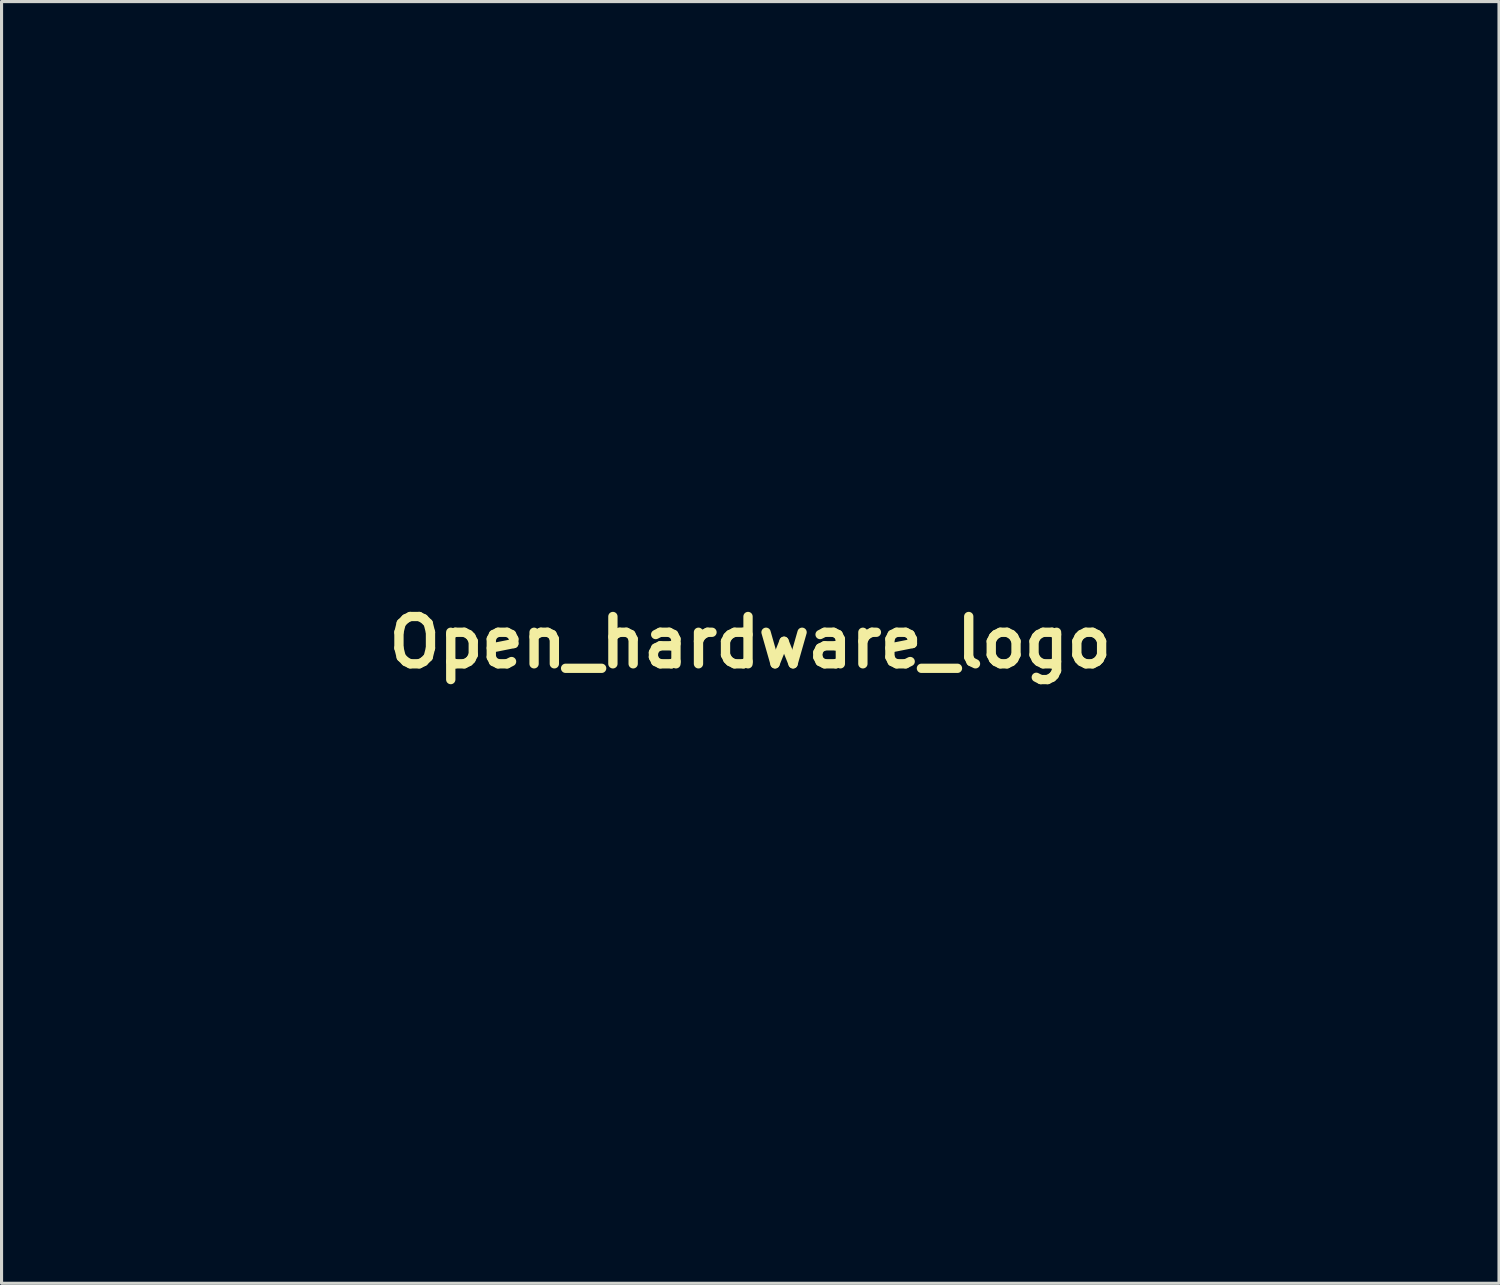
<source format=kicad_pcb>
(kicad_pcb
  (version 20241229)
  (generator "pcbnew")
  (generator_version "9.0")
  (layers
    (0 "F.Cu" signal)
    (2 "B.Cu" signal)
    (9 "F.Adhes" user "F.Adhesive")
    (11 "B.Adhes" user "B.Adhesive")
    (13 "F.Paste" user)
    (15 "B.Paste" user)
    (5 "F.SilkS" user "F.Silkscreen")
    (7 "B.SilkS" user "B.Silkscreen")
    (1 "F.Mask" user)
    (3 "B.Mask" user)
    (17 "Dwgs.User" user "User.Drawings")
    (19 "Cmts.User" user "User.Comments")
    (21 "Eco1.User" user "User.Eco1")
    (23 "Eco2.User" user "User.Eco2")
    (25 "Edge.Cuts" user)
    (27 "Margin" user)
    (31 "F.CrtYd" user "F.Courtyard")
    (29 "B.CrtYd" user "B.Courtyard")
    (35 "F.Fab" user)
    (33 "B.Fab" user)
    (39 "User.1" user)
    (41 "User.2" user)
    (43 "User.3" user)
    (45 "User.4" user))
  (footprint "Open_hardware_logo"
    (layer "F.Cu")
    (at 21.127 17.651)
    (property "Reference" "Open_hardware_logo" (at 0 0 0) (layer "F.SilkS") (effects (font (size 1.524 1.524) (thickness 0.3))))
    (attr through_hole)
    (fp_poly (pts (xy 21.122 17.646) (xy -21.122 17.646) (xy -21.122 1.708) (xy -20.855 1.708) (xy -20.855 4.187) (xy -18.777 4.633) (xy -17.72 4.848) (xy -16.814 5.01) (xy -16.229 5.088) (xy -16.17 5.091) (xy -15.72 5.315) (xy -15.194 5.853) (xy -14.729 6.527) (xy -14.46 7.161) (xy -14.438 7.341) (xy -14.321 7.818) (xy -14.058 8.425) (xy -13.827 9.12) (xy -13.872 9.662) (xy -14.178 9.892) (xy -14.199 9.893) (xy -14.417 10.107) (xy -14.438 10.256) (xy -14.635 10.661) (xy -15.106 11.122) (xy -15.577 11.559) (xy -15.775 11.909) (xy -15.775 11.911) (xy -15.942 12.294) (xy -16.341 12.806) (xy -16.907 13.414) (xy -16.033 14.126) (xy -15.332 14.717) (xy -14.475 15.467) (xy -13.941 15.946) (xy -13.137 16.579) (xy -12.506 16.884) (xy -12.119 16.838) (xy -12.032 16.579) (xy -11.815 16.33) (xy -11.564 16.21) (xy -11.024 15.954) (xy -10.346 15.549) (xy -10.294 15.514) (xy -9.293 14.901) (xy -8.547 14.607) (xy -7.909 14.598) (xy -7.254 14.832) (xy -6.656 15.091) (xy -6.311 15.192) (xy -6.286 15.185) (xy -5.924 14.665) (xy -5.501 13.949) (xy -5.114 13.218) (xy -4.86 12.65) (xy -4.813 12.463) (xy -4.7 12.009) (xy -4.415 11.295) (xy -4.24 10.921) (xy -3.827 10.069) (xy -3.468 9.305) (xy -3.371 9.091) (xy -3.022 8.448) (xy -2.741 8.069) (xy -2.421 7.434) (xy -2.619 6.795) (xy -3.321 6.197) (xy -3.326 6.194) (xy -4.058 5.619) (xy -4.77 4.838) (xy -4.955 4.581) (xy -5.724 3.052) (xy -5.963 1.584) (xy -5.671 0.166) (xy -4.846 -1.216) (xy -4.453 -1.669) (xy -3.152 -2.817) (xy -1.796 -3.489) (xy -0.266 -3.739) (xy 0 -3.743) (xy 1.568 -3.555) (xy 2.944 -2.954) (xy 4.246 -1.885) (xy 4.453 -1.669) (xy 5.455 -0.298) (xy 5.925 1.107) (xy 5.863 2.557) (xy 5.27 4.064) (xy 4.955 4.581) (xy 4.309 5.37) (xy 3.554 6.043) (xy 3.326 6.194) (xy 2.622 6.792) (xy 2.421 7.431) (xy 2.737 8.066) (xy 2.741 8.069) (xy 3.105 8.583) (xy 3.371 9.091) (xy 3.673 9.744) (xy 4.08 10.595) (xy 4.24 10.921) (xy 4.58 11.684) (xy 4.785 12.29) (xy 4.813 12.463) (xy 4.941 12.848) (xy 5.26 13.504) (xy 5.673 14.25) (xy 6.083 14.908) (xy 6.286 15.185) (xy 6.542 15.133) (xy 7.096 14.906) (xy 7.254 14.832) (xy 7.922 14.595) (xy 8.554 14.608) (xy 9.298 14.903) (xy 10.294 15.508) (xy 10.95 15.92) (xy 11.468 16.211) (xy 11.497 16.225) (xy 12.04 16.579) (xy 12.261 16.772) (xy 12.523 16.915) (xy 12.874 16.808) (xy 13.423 16.398) (xy 13.893 15.985) (xy 14.735 15.237) (xy 15.569 14.517) (xy 16.035 14.126) (xy 16.907 13.414) (xy 16.341 12.806) (xy 15.94 12.29) (xy 15.775 11.911) (xy 15.58 11.563) (xy 15.111 11.125) (xy 15.106 11.122) (xy 14.634 10.66) (xy 14.438 10.256) (xy 14.297 9.925) (xy 14.199 9.893) (xy 13.881 9.681) (xy 13.823 9.151) (xy 14.04 8.459) (xy 14.058 8.425) (xy 14.331 7.791) (xy 14.438 7.341) (xy 14.605 6.763) (xy 15.017 6.082) (xy 15.537 5.477) (xy 16.029 5.123) (xy 16.17 5.091) (xy 16.676 5.031) (xy 17.535 4.883) (xy 18.576 4.676) (xy 18.777 4.633) (xy 20.855 4.187) (xy 20.855 1.708) (xy 20.834 0.612) (xy 20.777 -0.265) (xy 20.696 -0.799) (xy 20.647 -0.899) (xy 20.302 -0.992) (xy 19.564 -1.127) (xy 18.569 -1.281) (xy 18.174 -1.337) (xy 17.079 -1.525) (xy 16.155 -1.754) (xy 15.557 -1.983) (xy 15.461 -2.049) (xy 15.119 -2.494) (xy 14.679 -3.238) (xy 14.23 -4.108) (xy 13.859 -4.931) (xy 13.653 -5.533) (xy 13.636 -5.662) (xy 13.793 -6.009) (xy 14.206 -6.63) (xy 14.772 -7.373) (xy 15.645 -8.453) (xy 16.228 -9.195) (xy 16.551 -9.691) (xy 16.646 -10.03) (xy 16.544 -10.302) (xy 16.276 -10.597) (xy 15.99 -10.883) (xy 15.433 -11.41) (xy 15.015 -11.725) (xy 14.912 -11.764) (xy 14.617 -11.949) (xy 14.127 -12.416) (xy 13.867 -12.7) (xy 13.338 -13.256) (xy 12.939 -13.591) (xy 12.836 -13.636) (xy 12.519 -13.495) (xy 11.912 -13.13) (xy 11.315 -12.734) (xy 10.374 -12.122) (xy 9.411 -11.551) (xy 8.946 -11.302) (xy 8.403 -11.051) (xy 7.94 -10.932) (xy 7.424 -10.959) (xy 6.722 -11.146) (xy 5.703 -11.508) (xy 5.214 -11.69) (xy 4.446 -11.998) (xy 4.029 -12.3) (xy 3.826 -12.771) (xy 3.701 -13.587) (xy 3.693 -13.648) (xy 3.515 -14.721) (xy 3.275 -15.774) (xy 3.157 -16.176) (xy 2.805 -17.245) (xy -2.805 -17.245) (xy -3.157 -16.176) (xy -3.401 -15.257) (xy -3.619 -14.151) (xy -3.693 -13.648) (xy -3.818 -12.807) (xy -4.013 -12.321) (xy -4.414 -12.014) (xy -5.158 -11.711) (xy -5.214 -11.69) (xy -6.385 -11.26) (xy -7.19 -11.01) (xy -7.76 -10.924) (xy -8.228 -10.99) (xy -8.725 -11.193) (xy -8.946 -11.302) (xy -9.787 -11.768) (xy -10.776 -12.376) (xy -11.315 -12.734) (xy -12.049 -13.216) (xy -12.61 -13.544) (xy -12.836 -13.636) (xy -13.122 -13.451) (xy -13.607 -12.985) (xy -13.867 -12.7) (xy -14.4 -12.144) (xy -14.806 -11.808) (xy -14.912 -11.764) (xy -15.217 -11.588) (xy -15.729 -11.141) (xy -15.99 -10.883) (xy -16.36 -10.513) (xy -16.588 -10.232) (xy -16.641 -9.952) (xy -16.49 -9.581) (xy -16.103 -9.03) (xy -15.448 -8.208) (xy -14.772 -7.373) (xy -14.197 -6.617) (xy -13.788 -6) (xy -13.636 -5.662) (xy -13.763 -5.178) (xy -14.086 -4.414) (xy -14.517 -3.541) (xy -14.97 -2.733) (xy -15.356 -2.162) (xy -15.461 -2.049) (xy -15.924 -1.828) (xy -16.762 -1.595) (xy -17.82 -1.389) (xy -18.174 -1.337) (xy -19.228 -1.182) (xy -20.074 -1.037) (xy -20.576 -0.926) (xy -20.647 -0.899) (xy -20.738 -0.592) (xy -20.808 0.123) (xy -20.849 1.122) (xy -20.855 1.708) (xy -21.122 1.708) (xy -21.122 -17.646) (xy 21.122 -17.646) (xy 21.122 17.646)) (stroke (width 0.01) (type solid)) (fill no) (layer "Eco2.User")))
  (gr_rect
    (start -3 -3)
    (end 45.254 38.303)
    (stroke (width 0.1) (type default))
    (fill no)
    (layer "Edge.Cuts")))
</source>
